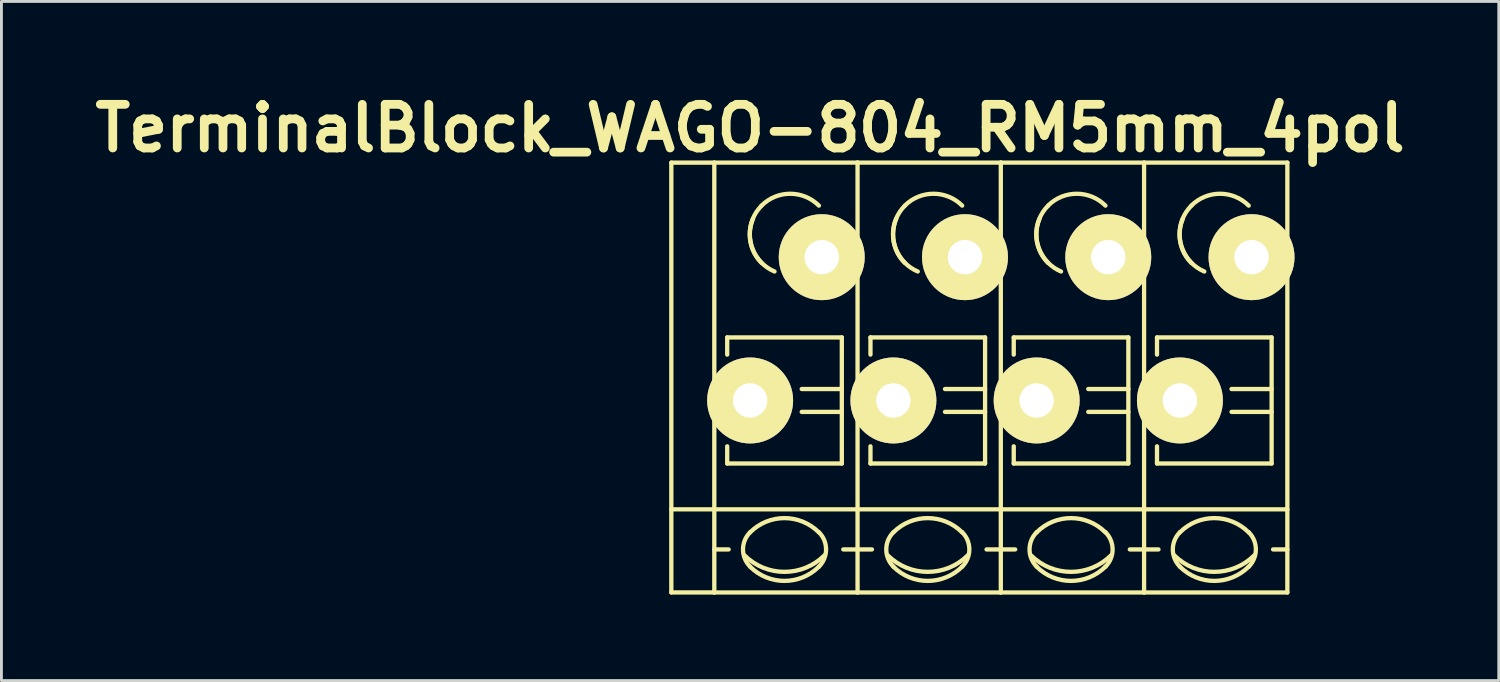
<source format=kicad_pcb>
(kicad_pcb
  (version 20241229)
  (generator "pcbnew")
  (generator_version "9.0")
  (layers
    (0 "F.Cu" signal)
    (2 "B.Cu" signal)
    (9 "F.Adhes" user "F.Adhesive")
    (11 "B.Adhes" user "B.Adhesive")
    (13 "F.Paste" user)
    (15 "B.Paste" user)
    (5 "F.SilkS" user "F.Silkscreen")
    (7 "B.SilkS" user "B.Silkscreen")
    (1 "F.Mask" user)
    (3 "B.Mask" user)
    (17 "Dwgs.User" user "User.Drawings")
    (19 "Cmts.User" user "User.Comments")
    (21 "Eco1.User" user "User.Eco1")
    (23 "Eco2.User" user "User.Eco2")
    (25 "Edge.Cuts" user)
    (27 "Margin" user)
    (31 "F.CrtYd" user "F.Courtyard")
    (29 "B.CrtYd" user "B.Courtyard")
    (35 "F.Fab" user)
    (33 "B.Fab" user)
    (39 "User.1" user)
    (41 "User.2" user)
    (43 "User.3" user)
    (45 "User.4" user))
  (footprint "TerminalBlock_WAGO-804_RM5mm_4pol"
    (layer "F.Cu")
    (at 23.129 10.926)
    (property "Reference" "TerminalBlock_WAGO-804_RM5mm_4pol" (at 0 -9.5 0) (layer "F.SilkS") (effects (font (size 1.524 1.524) (thickness 0.305))))
    (attr through_hole)
    (fp_line (start -2.75 -8.3) (end -1.25 -8.3) (stroke (width 0.15) (type solid)) (layer "F.SilkS"))
    (fp_line (start -2.75 6.7) (end -2.75 -8.3) (stroke (width 0.15) (type solid)) (layer "F.SilkS"))
    (fp_line (start -1.25 6.7) (end -2.75 6.7) (stroke (width 0.15) (type solid)) (layer "F.SilkS"))
    (fp_line (start -1.25 5.199) (end -0.749 5.199) (stroke (width 0.15) (type solid)) (layer "F.SilkS"))
    (fp_line (start -1.25 6.701) (end -1.25 -8.301) (stroke (width 0.15) (type solid)) (layer "F.SilkS"))
    (fp_line (start -0.8 -2.2) (end -0.8 -1.6) (stroke (width 0.15) (type solid)) (layer "F.SilkS"))
    (fp_line (start -0.8 -2.2) (end 3.2 -2.2) (stroke (width 0.15) (type solid)) (layer "F.SilkS"))
    (fp_line (start -0.8 2.2) (end -0.8 1.6) (stroke (width 0.15) (type solid)) (layer "F.SilkS"))
    (fp_line (start 3.2 -2.2) (end 3.2 2.2) (stroke (width 0.15) (type solid)) (layer "F.SilkS"))
    (fp_line (start 3.2 -0.399) (end 1.801 -0.399) (stroke (width 0.15) (type solid)) (layer "F.SilkS"))
    (fp_line (start 3.2 0.399) (end 1.801 0.399) (stroke (width 0.15) (type solid)) (layer "F.SilkS"))
    (fp_line (start 3.2 2.2) (end -0.8 2.2) (stroke (width 0.15) (type solid)) (layer "F.SilkS"))
    (fp_line (start 3.749 -8.301) (end -1.25 -8.301) (stroke (width 0.15) (type solid)) (layer "F.SilkS"))
    (fp_line (start 3.749 -8.301) (end 3.749 6.701) (stroke (width 0.15) (type solid)) (layer "F.SilkS"))
    (fp_line (start 3.749 5.199) (end 3.251 5.199) (stroke (width 0.15) (type solid)) (layer "F.SilkS"))
    (fp_line (start 3.749 6.701) (end -1.25 6.701) (stroke (width 0.15) (type solid)) (layer "F.SilkS"))
    (fp_line (start 3.75 3.8) (end -2.75 3.8) (stroke (width 0.15) (type solid)) (layer "F.SilkS"))
    (fp_line (start 3.75 3.8) (end 8.75 3.8) (stroke (width 0.15) (type solid)) (layer "F.SilkS"))
    (fp_line (start 3.75 5.199) (end 4.251 5.199) (stroke (width 0.15) (type solid)) (layer "F.SilkS"))
    (fp_line (start 4.2 -2.2) (end 4.2 -1.6) (stroke (width 0.15) (type solid)) (layer "F.SilkS"))
    (fp_line (start 4.2 -2.2) (end 8.2 -2.2) (stroke (width 0.15) (type solid)) (layer "F.SilkS"))
    (fp_line (start 4.2 2.2) (end 4.2 1.6) (stroke (width 0.15) (type solid)) (layer "F.SilkS"))
    (fp_line (start 8.2 -2.2) (end 8.2 2.2) (stroke (width 0.15) (type solid)) (layer "F.SilkS"))
    (fp_line (start 8.2 -0.399) (end 6.801 -0.399) (stroke (width 0.15) (type solid)) (layer "F.SilkS"))
    (fp_line (start 8.2 0.399) (end 6.801 0.399) (stroke (width 0.15) (type solid)) (layer "F.SilkS"))
    (fp_line (start 8.2 2.2) (end 4.2 2.2) (stroke (width 0.15) (type solid)) (layer "F.SilkS"))
    (fp_line (start 8.749 -8.301) (end 3.75 -8.301) (stroke (width 0.15) (type solid)) (layer "F.SilkS"))
    (fp_line (start 8.749 -8.301) (end 8.749 6.701) (stroke (width 0.15) (type solid)) (layer "F.SilkS"))
    (fp_line (start 8.749 5.199) (end 8.251 5.199) (stroke (width 0.15) (type solid)) (layer "F.SilkS"))
    (fp_line (start 8.749 6.701) (end 3.75 6.701) (stroke (width 0.15) (type solid)) (layer "F.SilkS"))
    (fp_line (start 8.75 3.8) (end 13.75 3.8) (stroke (width 0.15) (type solid)) (layer "F.SilkS"))
    (fp_line (start 8.75 5.199) (end 9.251 5.199) (stroke (width 0.15) (type solid)) (layer "F.SilkS"))
    (fp_line (start 9.2 -2.2) (end 9.2 -1.6) (stroke (width 0.15) (type solid)) (layer "F.SilkS"))
    (fp_line (start 9.2 -2.2) (end 13.2 -2.2) (stroke (width 0.15) (type solid)) (layer "F.SilkS"))
    (fp_line (start 9.2 2.2) (end 9.2 1.6) (stroke (width 0.15) (type solid)) (layer "F.SilkS"))
    (fp_line (start 13.2 -2.2) (end 13.2 2.2) (stroke (width 0.15) (type solid)) (layer "F.SilkS"))
    (fp_line (start 13.2 -0.399) (end 11.801 -0.399) (stroke (width 0.15) (type solid)) (layer "F.SilkS"))
    (fp_line (start 13.2 0.399) (end 11.801 0.399) (stroke (width 0.15) (type solid)) (layer "F.SilkS"))
    (fp_line (start 13.2 2.2) (end 9.2 2.2) (stroke (width 0.15) (type solid)) (layer "F.SilkS"))
    (fp_line (start 13.749 -8.301) (end 8.75 -8.301) (stroke (width 0.15) (type solid)) (layer "F.SilkS"))
    (fp_line (start 13.749 -8.301) (end 13.749 6.701) (stroke (width 0.15) (type solid)) (layer "F.SilkS"))
    (fp_line (start 13.749 5.199) (end 13.251 5.199) (stroke (width 0.15) (type solid)) (layer "F.SilkS"))
    (fp_line (start 13.749 6.701) (end 8.75 6.701) (stroke (width 0.15) (type solid)) (layer "F.SilkS"))
    (fp_line (start 13.75 3.8) (end 18.75 3.8) (stroke (width 0.15) (type solid)) (layer "F.SilkS"))
    (fp_line (start 13.75 5.199) (end 14.251 5.199) (stroke (width 0.15) (type solid)) (layer "F.SilkS"))
    (fp_line (start 14.2 -2.2) (end 14.2 -1.6) (stroke (width 0.15) (type solid)) (layer "F.SilkS"))
    (fp_line (start 14.2 -2.2) (end 18.2 -2.2) (stroke (width 0.15) (type solid)) (layer "F.SilkS"))
    (fp_line (start 14.2 2.2) (end 14.2 1.6) (stroke (width 0.15) (type solid)) (layer "F.SilkS"))
    (fp_line (start 18.2 -2.2) (end 18.2 2.2) (stroke (width 0.15) (type solid)) (layer "F.SilkS"))
    (fp_line (start 18.2 -0.399) (end 16.801 -0.399) (stroke (width 0.15) (type solid)) (layer "F.SilkS"))
    (fp_line (start 18.2 0.399) (end 16.801 0.399) (stroke (width 0.15) (type solid)) (layer "F.SilkS"))
    (fp_line (start 18.2 2.2) (end 14.2 2.2) (stroke (width 0.15) (type solid)) (layer "F.SilkS"))
    (fp_line (start 18.749 -8.301) (end 13.75 -8.301) (stroke (width 0.15) (type solid)) (layer "F.SilkS"))
    (fp_line (start 18.749 -8.301) (end 18.749 6.701) (stroke (width 0.15) (type solid)) (layer "F.SilkS"))
    (fp_line (start 18.749 5.199) (end 18.251 5.199) (stroke (width 0.15) (type solid)) (layer "F.SilkS"))
    (fp_line (start 18.749 6.701) (end 13.75 6.701) (stroke (width 0.15) (type solid)) (layer "F.SilkS"))
    (fp_arc (start 0 4.60248) (mid 1.19888 4.105888) (end 2.39776 4.60248) (stroke (width 0.15) (type solid)) (layer "F.SilkS"))
    (fp_arc (start 0 5.79882) (mid -0.248296 5.19938) (end 0 4.59994) (stroke (width 0.15) (type solid)) (layer "F.SilkS"))
    (fp_arc (start 0.39878 -6.79958) (mid 1.39954 -7.214108) (end 2.4003 -6.79958) (stroke (width 0.15) (type solid)) (layer "F.SilkS"))
    (fp_arc (start 0.39878 -4.8006) (mid -0.013952 -5.800616) (end 0.40132 -6.79958) (stroke (width 0.15) (type solid)) (layer "F.SilkS"))
    (fp_arc (start 0.8509 -4.50088) (mid 0.093811 -5.268985) (end 0.1016 -6.34746) (stroke (width 0.15) (type solid)) (layer "F.SilkS"))
    (fp_arc (start 2.4003 5.79882) (mid 1.200676 6.297208) (end 0 5.80136) (stroke (width 0.15) (type solid)) (layer "F.SilkS"))
    (fp_arc (start 2.40284 4.59994) (mid 2.650392 5.201176) (end 2.4003 5.80136) (stroke (width 0.15) (type solid)) (layer "F.SilkS"))
    (fp_arc (start 2.60096 5.40004) (mid 1.200676 5.981545) (end -0.20066 5.40258) (stroke (width 0.15) (type solid)) (layer "F.SilkS"))
    (fp_arc (start 5 4.60248) (mid 6.19888 4.105888) (end 7.39776 4.60248) (stroke (width 0.15) (type solid)) (layer "F.SilkS"))
    (fp_arc (start 5 5.79882) (mid 4.751704 5.19938) (end 5 4.59994) (stroke (width 0.15) (type solid)) (layer "F.SilkS"))
    (fp_arc (start 5.39878 -6.79958) (mid 6.39954 -7.214108) (end 7.4003 -6.79958) (stroke (width 0.15) (type solid)) (layer "F.SilkS"))
    (fp_arc (start 5.39878 -4.8006) (mid 4.986048 -5.800616) (end 5.40132 -6.79958) (stroke (width 0.15) (type solid)) (layer "F.SilkS"))
    (fp_arc (start 5.8509 -4.50088) (mid 5.093811 -5.268985) (end 5.1016 -6.34746) (stroke (width 0.15) (type solid)) (layer "F.SilkS"))
    (fp_arc (start 7.4003 5.79882) (mid 6.200676 6.297208) (end 5 5.80136) (stroke (width 0.15) (type solid)) (layer "F.SilkS"))
    (fp_arc (start 7.40284 4.59994) (mid 7.650392 5.201176) (end 7.4003 5.80136) (stroke (width 0.15) (type solid)) (layer "F.SilkS"))
    (fp_arc (start 7.60096 5.40004) (mid 6.200676 5.981545) (end 4.79934 5.40258) (stroke (width 0.15) (type solid)) (layer "F.SilkS"))
    (fp_arc (start 10 4.60248) (mid 11.19888 4.105888) (end 12.39776 4.60248) (stroke (width 0.15) (type solid)) (layer "F.SilkS"))
    (fp_arc (start 10 5.79882) (mid 9.751704 5.19938) (end 10 4.59994) (stroke (width 0.15) (type solid)) (layer "F.SilkS"))
    (fp_arc (start 10.39878 -6.79958) (mid 11.39954 -7.214108) (end 12.4003 -6.79958) (stroke (width 0.15) (type solid)) (layer "F.SilkS"))
    (fp_arc (start 10.39878 -4.8006) (mid 9.986048 -5.800616) (end 10.40132 -6.79958) (stroke (width 0.15) (type solid)) (layer "F.SilkS"))
    (fp_arc (start 10.8509 -4.50088) (mid 10.093811 -5.268985) (end 10.1016 -6.34746) (stroke (width 0.15) (type solid)) (layer "F.SilkS"))
    (fp_arc (start 12.4003 5.79882) (mid 11.200676 6.297208) (end 10 5.80136) (stroke (width 0.15) (type solid)) (layer "F.SilkS"))
    (fp_arc (start 12.40284 4.59994) (mid 12.650392 5.201176) (end 12.4003 5.80136) (stroke (width 0.15) (type solid)) (layer "F.SilkS"))
    (fp_arc (start 12.60096 5.40004) (mid 11.200676 5.981545) (end 9.79934 5.40258) (stroke (width 0.15) (type solid)) (layer "F.SilkS"))
    (fp_arc (start 15 4.60248) (mid 16.19888 4.105888) (end 17.39776 4.60248) (stroke (width 0.15) (type solid)) (layer "F.SilkS"))
    (fp_arc (start 15 5.79882) (mid 14.751704 5.19938) (end 15 4.59994) (stroke (width 0.15) (type solid)) (layer "F.SilkS"))
    (fp_arc (start 15.39878 -6.79958) (mid 16.39954 -7.214108) (end 17.4003 -6.79958) (stroke (width 0.15) (type solid)) (layer "F.SilkS"))
    (fp_arc (start 15.39878 -4.8006) (mid 14.986048 -5.800616) (end 15.40132 -6.79958) (stroke (width 0.15) (type solid)) (layer "F.SilkS"))
    (fp_arc (start 15.8509 -4.50088) (mid 15.093811 -5.268985) (end 15.1016 -6.34746) (stroke (width 0.15) (type solid)) (layer "F.SilkS"))
    (fp_arc (start 17.4003 5.79882) (mid 16.200676 6.297208) (end 15 5.80136) (stroke (width 0.15) (type solid)) (layer "F.SilkS"))
    (fp_arc (start 17.40284 4.59994) (mid 17.650392 5.201176) (end 17.4003 5.80136) (stroke (width 0.15) (type solid)) (layer "F.SilkS"))
    (fp_arc (start 17.60096 5.40004) (mid 16.200676 5.981545) (end 14.79934 5.40258) (stroke (width 0.15) (type solid)) (layer "F.SilkS"))
    (pad "1" thru_hole circle (at 0 0) (size 3 3) (drill 1.2) (layers "*.Cu" "*.Mask" "F.SilkS"))
    (pad "1" thru_hole circle (at 2.499 -5.001) (size 3 3) (drill 1.2) (layers "*.Cu" "*.Mask" "F.SilkS"))
    (pad "2" thru_hole circle (at 5 0) (size 3 3) (drill 1.2) (layers "*.Cu" "*.Mask" "F.SilkS"))
    (pad "2" thru_hole circle (at 7.499 -5.001) (size 3 3) (drill 1.2) (layers "*.Cu" "*.Mask" "F.SilkS"))
    (pad "3" thru_hole circle (at 10 0) (size 3 3) (drill 1.2) (layers "*.Cu" "*.Mask" "F.SilkS"))
    (pad "3" thru_hole circle (at 12.499 -5.001) (size 3 3) (drill 1.2) (layers "*.Cu" "*.Mask" "F.SilkS"))
    (pad "4" thru_hole circle (at 15 0) (size 3 3) (drill 1.2) (layers "*.Cu" "*.Mask" "F.SilkS"))
    (pad "4" thru_hole circle (at 17.499 -5.001) (size 3 3) (drill 1.2) (layers "*.Cu" "*.Mask" "F.SilkS")))
  (gr_rect
    (start -3 -3)
    (end 49.257 20.702)
    (stroke (width 0.1) (type default))
    (fill no)
    (layer "Edge.Cuts")))
</source>
